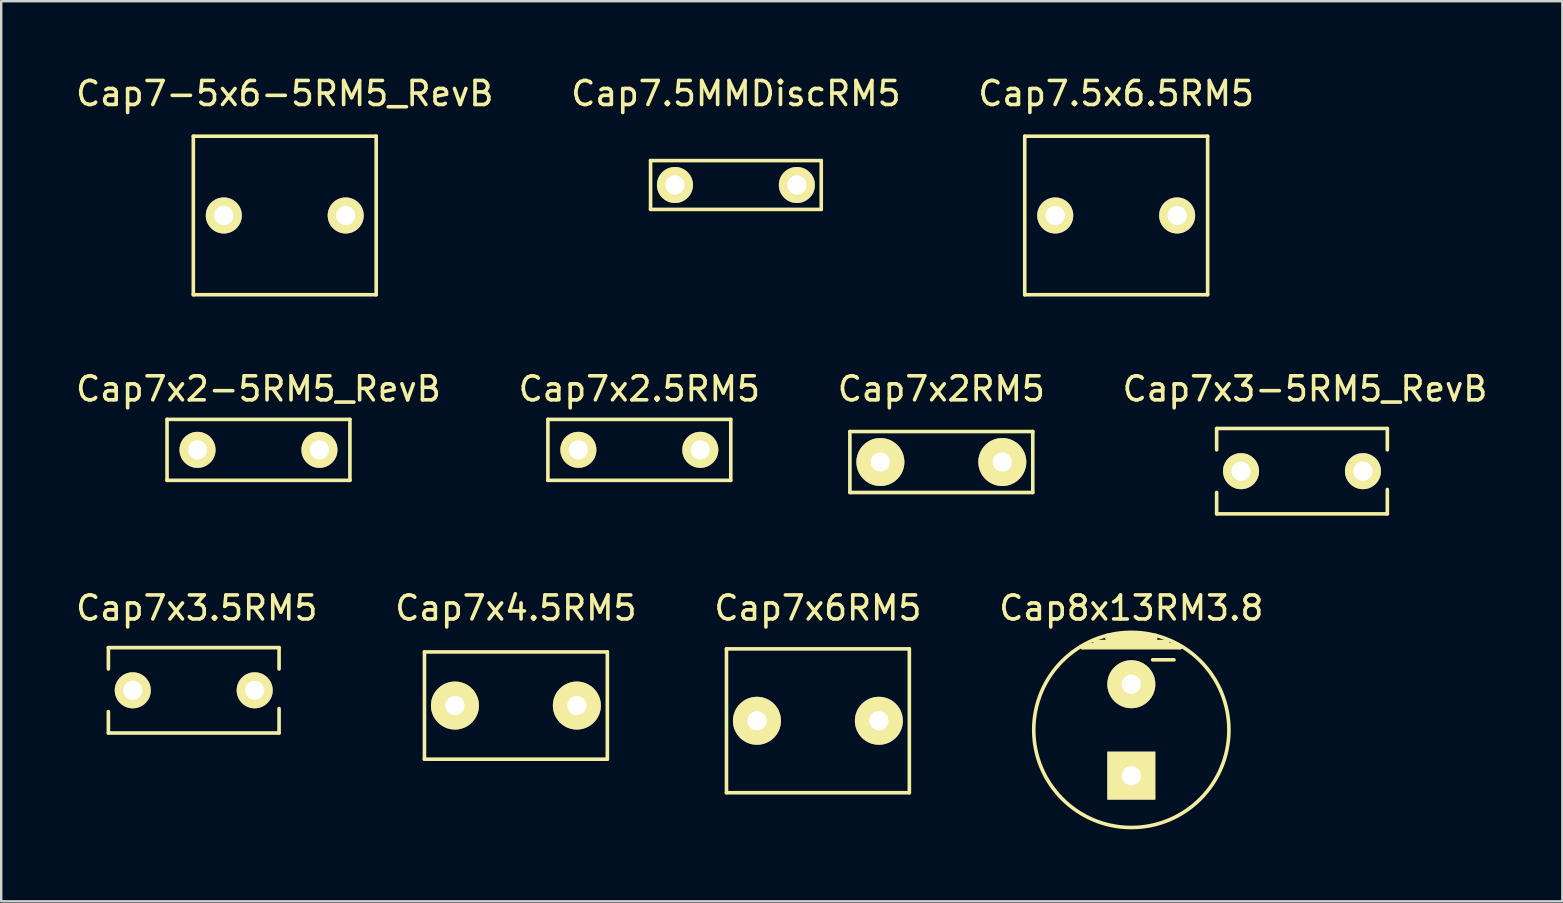
<source format=kicad_pcb>
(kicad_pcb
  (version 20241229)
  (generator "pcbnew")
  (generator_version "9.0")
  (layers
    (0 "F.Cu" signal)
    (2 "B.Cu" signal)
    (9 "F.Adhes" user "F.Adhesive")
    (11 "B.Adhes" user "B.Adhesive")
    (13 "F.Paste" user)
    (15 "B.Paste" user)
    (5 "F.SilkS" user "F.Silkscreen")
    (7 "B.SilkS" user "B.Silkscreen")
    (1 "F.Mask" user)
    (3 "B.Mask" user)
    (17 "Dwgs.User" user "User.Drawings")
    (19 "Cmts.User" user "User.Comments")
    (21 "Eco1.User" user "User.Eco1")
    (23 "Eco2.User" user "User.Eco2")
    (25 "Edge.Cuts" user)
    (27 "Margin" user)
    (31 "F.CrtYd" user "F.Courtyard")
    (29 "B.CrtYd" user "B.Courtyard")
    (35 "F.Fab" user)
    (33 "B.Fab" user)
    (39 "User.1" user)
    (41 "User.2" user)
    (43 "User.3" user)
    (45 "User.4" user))
  (footprint "Cap7x2-5RM5_RevB"
    (layer "F.Cu")
    (at 7.72 15.694)
    (property "Reference" "Cap7x2-5RM5_RevB" (at 0 -2.54 0) (layer "F.SilkS") (effects (font (size 1 1) (thickness 0.15))))
    (attr through_hole)
    (fp_line (start -3.81 -1.27) (end -3.81 1.27) (stroke (width 0.15) (type solid)) (layer "F.SilkS"))
    (fp_line (start -3.81 1.27) (end 3.81 1.27) (stroke (width 0.15) (type solid)) (layer "F.SilkS"))
    (fp_line (start 3.81 -1.27) (end -3.81 -1.27) (stroke (width 0.15) (type solid)) (layer "F.SilkS"))
    (fp_line (start 3.81 1.27) (end 3.81 -1.27) (stroke (width 0.15) (type solid)) (layer "F.SilkS"))
    (pad "1" thru_hole circle (at -2.54 0) (size 1.501 1.501) (drill 0.8) (layers "*.Cu" "*.Mask" "F.SilkS"))
    (pad "2" thru_hole circle (at 2.54 0) (size 1.501 1.501) (drill 0.8) (layers "*.Cu" "*.Mask" "F.SilkS")))
  (footprint "Cap7.5MMDiscRM5"
    (layer "F.Cu")
    (at 27.613 4.658)
    (property "Reference" "Cap7.5MMDiscRM5" (at 0 -3.81 0) (layer "F.SilkS") (effects (font (size 1 1) (thickness 0.15))))
    (attr through_hole)
    (fp_line (start -3.556 -1.016) (end -3.556 1.016) (stroke (width 0.15) (type solid)) (layer "F.SilkS"))
    (fp_line (start -3.556 1.016) (end 3.556 1.016) (stroke (width 0.15) (type solid)) (layer "F.SilkS"))
    (fp_line (start 3.556 -1.016) (end -3.556 -1.016) (stroke (width 0.15) (type solid)) (layer "F.SilkS"))
    (fp_line (start 3.556 1.016) (end 3.556 -1.016) (stroke (width 0.15) (type solid)) (layer "F.SilkS"))
    (pad "1" thru_hole circle (at -2.54 0) (size 1.501 1.501) (drill 0.8) (layers "*.Cu" "*.Mask" "F.SilkS"))
    (pad "2" thru_hole circle (at 2.54 0) (size 1.501 1.501) (drill 0.8) (layers "*.Cu" "*.Mask" "F.SilkS")))
  (footprint "Cap7x2.5RM5"
    (layer "F.Cu")
    (at 21.049 15.694)
    (property "Reference" "Cap7x2.5RM5" (at 2.54 -2.54 0) (layer "F.SilkS") (effects (font (size 1 1) (thickness 0.15))))
    (attr through_hole)
    (fp_line (start -1.27 -1.27) (end -1.27 1.27) (stroke (width 0.15) (type solid)) (layer "F.SilkS"))
    (fp_line (start -1.27 1.27) (end 6.35 1.27) (stroke (width 0.15) (type solid)) (layer "F.SilkS"))
    (fp_line (start 6.35 -1.27) (end -1.27 -1.27) (stroke (width 0.15) (type solid)) (layer "F.SilkS"))
    (fp_line (start 6.35 1.27) (end 6.35 -1.27) (stroke (width 0.15) (type solid)) (layer "F.SilkS"))
    (pad "1" thru_hole circle (at 0 0) (size 1.501 1.501) (drill 0.8) (layers "*.Cu" "*.Mask" "F.SilkS"))
    (pad "2" thru_hole circle (at 5.08 0) (size 1.501 1.501) (drill 0.8) (layers "*.Cu" "*.Mask" "F.SilkS")))
  (footprint "Cap7.5x6.5RM5"
    (layer "F.Cu")
    (at 40.918 5.928)
    (property "Reference" "Cap7.5x6.5RM5" (at 2.54 -5.08 0) (layer "F.SilkS") (effects (font (size 1 1) (thickness 0.15))))
    (attr through_hole)
    (fp_line (start -1.27 -3.302) (end -1.27 3.302) (stroke (width 0.15) (type solid)) (layer "F.SilkS"))
    (fp_line (start -1.27 3.302) (end 6.35 3.302) (stroke (width 0.15) (type solid)) (layer "F.SilkS"))
    (fp_line (start 6.35 -3.302) (end -1.27 -3.302) (stroke (width 0.15) (type solid)) (layer "F.SilkS"))
    (fp_line (start 6.35 3.302) (end 6.35 -3.302) (stroke (width 0.15) (type solid)) (layer "F.SilkS"))
    (pad "1" thru_hole circle (at 0 0) (size 1.501 1.501) (drill 0.8) (layers "*.Cu" "*.Mask" "F.SilkS"))
    (pad "2" thru_hole circle (at 5.08 0) (size 1.501 1.501) (drill 0.8) (layers "*.Cu" "*.Mask" "F.SilkS")))
  (footprint "Cap7x3-5RM5_RevB"
    (layer "F.Cu")
    (at 51.2 16.582)
    (property "Reference" "Cap7x3-5RM5_RevB" (at 0.127 -3.429 0) (layer "F.SilkS") (effects (font (size 1 1) (thickness 0.15))))
    (attr through_hole)
    (fp_line (start -3.556 -1.778) (end -3.556 -0.889) (stroke (width 0.15) (type solid)) (layer "F.SilkS"))
    (fp_line (start -3.556 1.778) (end -3.556 0.889) (stroke (width 0.15) (type solid)) (layer "F.SilkS"))
    (fp_line (start -3.556 1.778) (end 3.556 1.778) (stroke (width 0.15) (type solid)) (layer "F.SilkS"))
    (fp_line (start 3.556 -1.778) (end -3.556 -1.778) (stroke (width 0.15) (type solid)) (layer "F.SilkS"))
    (fp_line (start 3.556 -1.778) (end 3.556 -0.889) (stroke (width 0.15) (type solid)) (layer "F.SilkS"))
    (fp_line (start 3.556 1.778) (end 3.556 0.762) (stroke (width 0.15) (type solid)) (layer "F.SilkS"))
    (pad "1" thru_hole circle (at -2.54 0) (size 1.501 1.501) (drill 0.8) (layers "*.Cu" "*.Mask" "F.SilkS"))
    (pad "2" thru_hole circle (at 2.54 0) (size 1.501 1.501) (drill 0.8) (layers "*.Cu" "*.Mask" "F.SilkS")))
  (footprint "Cap7x2RM5"
    (layer "F.Cu")
    (at 36.173 16.201)
    (property "Reference" "Cap7x2RM5" (at 0 -3.048 0) (layer "F.SilkS") (effects (font (size 1 1) (thickness 0.15))))
    (attr through_hole)
    (fp_line (start -3.81 -1.27) (end 3.81 -1.27) (stroke (width 0.15) (type solid)) (layer "F.SilkS"))
    (fp_line (start -3.81 1.27) (end -3.81 -1.27) (stroke (width 0.15) (type solid)) (layer "F.SilkS"))
    (fp_line (start 3.81 -1.27) (end 3.81 1.27) (stroke (width 0.15) (type solid)) (layer "F.SilkS"))
    (fp_line (start 3.81 1.27) (end -3.81 1.27) (stroke (width 0.15) (type solid)) (layer "F.SilkS"))
    (pad "1" thru_hole circle (at -2.54 0) (size 1.999 1.999) (drill 0.8) (layers "*.Cu" "*.Mask" "F.SilkS"))
    (pad "2" thru_hole circle (at 2.54 0) (size 1.999 1.999) (drill 0.8) (layers "*.Cu" "*.Mask" "F.SilkS")))
  (footprint "Cap7x3.5RM5"
    (layer "F.Cu")
    (at 2.482 25.713)
    (property "Reference" "Cap7x3.5RM5" (at 2.667 -3.429 0) (layer "F.SilkS") (effects (font (size 1 1) (thickness 0.15))))
    (attr through_hole)
    (fp_line (start -1.016 -1.778) (end -1.016 -0.889) (stroke (width 0.15) (type solid)) (layer "F.SilkS"))
    (fp_line (start -1.016 1.778) (end -1.016 0.889) (stroke (width 0.15) (type solid)) (layer "F.SilkS"))
    (fp_line (start -1.016 1.778) (end 6.096 1.778) (stroke (width 0.15) (type solid)) (layer "F.SilkS"))
    (fp_line (start 6.096 -1.778) (end -1.016 -1.778) (stroke (width 0.15) (type solid)) (layer "F.SilkS"))
    (fp_line (start 6.096 -1.778) (end 6.096 -0.889) (stroke (width 0.15) (type solid)) (layer "F.SilkS"))
    (fp_line (start 6.096 1.778) (end 6.096 0.762) (stroke (width 0.15) (type solid)) (layer "F.SilkS"))
    (pad "1" thru_hole circle (at 0 0) (size 1.501 1.501) (drill 0.8) (layers "*.Cu" "*.Mask" "F.SilkS"))
    (pad "2" thru_hole circle (at 5.08 0) (size 1.501 1.501) (drill 0.8) (layers "*.Cu" "*.Mask" "F.SilkS")))
  (footprint "Cap7x4.5RM5"
    (layer "F.Cu")
    (at 18.446 26.348)
    (property "Reference" "Cap7x4.5RM5" (at 0 -4.064 0) (layer "F.SilkS") (effects (font (size 1 1) (thickness 0.15))))
    (attr through_hole)
    (fp_line (start -3.81 -2.235) (end 3.81 -2.235) (stroke (width 0.15) (type solid)) (layer "F.SilkS"))
    (fp_line (start -3.81 2.235) (end -3.81 -2.235) (stroke (width 0.15) (type solid)) (layer "F.SilkS"))
    (fp_line (start 3.81 2.235) (end -3.81 2.235) (stroke (width 0.15) (type solid)) (layer "F.SilkS"))
    (fp_line (start 3.81 2.235) (end 3.81 -2.235) (stroke (width 0.15) (type solid)) (layer "F.SilkS"))
    (pad "1" thru_hole circle (at -2.54 0) (size 1.999 1.999) (drill 0.8) (layers "*.Cu" "*.Mask" "F.SilkS"))
    (pad "2" thru_hole circle (at 2.54 0) (size 1.999 1.999) (drill 0.8) (layers "*.Cu" "*.Mask" "F.SilkS")))
  (footprint "Cap8x13RM3.8"
    (layer "F.Cu")
    (at 44.089 27.364)
    (property "Reference" "Cap8x13RM3.8" (at 0 -5.08 0) (layer "F.SilkS") (effects (font (size 1 1) (thickness 0.15))))
    (attr through_hole)
    (fp_line (start -2.032 -3.429) (end -1.651 -3.556) (stroke (width 0.15) (type solid)) (layer "F.SilkS"))
    (fp_line (start -1.651 -3.556) (end 1.651 -3.556) (stroke (width 0.15) (type solid)) (layer "F.SilkS"))
    (fp_line (start -1.524 -3.683) (end 1.524 -3.683) (stroke (width 0.15) (type solid)) (layer "F.SilkS"))
    (fp_line (start -1.016 -3.81) (end 1.016 -3.81) (stroke (width 0.15) (type solid)) (layer "F.SilkS"))
    (fp_line (start 0.889 -2.921) (end 1.778 -2.921) (stroke (width 0.15) (type solid)) (layer "F.SilkS"))
    (fp_line (start 1.016 -3.937) (end -1.016 -3.937) (stroke (width 0.15) (type solid)) (layer "F.SilkS"))
    (fp_line (start 1.651 -3.556) (end 2.032 -3.429) (stroke (width 0.15) (type solid)) (layer "F.SilkS"))
    (fp_line (start 2.032 -3.429) (end -2.032 -3.429) (stroke (width 0.15) (type solid)) (layer "F.SilkS"))
    (fp_circle (center 0 0) (end -4.064 0.127) (stroke (width 0.15) (type solid)) (fill no) (layer "F.SilkS"))
    (pad "1" thru_hole rect (at 0 1.905) (size 1.999 1.999) (drill 0.8) (layers "*.Cu" "*.Mask" "F.SilkS"))
    (pad "2" thru_hole circle (at 0 -1.905) (size 1.999 1.999) (drill 0.8) (layers "*.Cu" "*.Mask" "F.SilkS")))
  (footprint "Cap7-5x6-5RM5_RevB"
    (layer "F.Cu")
    (at 8.815 5.928)
    (property "Reference" "Cap7-5x6-5RM5_RevB" (at 0 -5.08 0) (layer "F.SilkS") (effects (font (size 1 1) (thickness 0.15))))
    (attr through_hole)
    (fp_line (start -3.81 -3.302) (end -3.81 3.302) (stroke (width 0.15) (type solid)) (layer "F.SilkS"))
    (fp_line (start -3.81 3.302) (end 3.81 3.302) (stroke (width 0.15) (type solid)) (layer "F.SilkS"))
    (fp_line (start 3.81 -3.302) (end -3.81 -3.302) (stroke (width 0.15) (type solid)) (layer "F.SilkS"))
    (fp_line (start 3.81 3.302) (end 3.81 -3.302) (stroke (width 0.15) (type solid)) (layer "F.SilkS"))
    (pad "1" thru_hole circle (at -2.54 0) (size 1.501 1.501) (drill 0.8) (layers "*.Cu" "*.Mask" "F.SilkS"))
    (pad "2" thru_hole circle (at 2.54 0) (size 1.501 1.501) (drill 0.8) (layers "*.Cu" "*.Mask" "F.SilkS")))
  (footprint "Cap7x6RM5"
    (layer "F.Cu")
    (at 31.03 26.983)
    (property "Reference" "Cap7x6RM5" (at 0 -4.699 0) (layer "F.SilkS") (effects (font (size 1 1) (thickness 0.15))))
    (attr through_hole)
    (fp_line (start -3.81 -2.997) (end 3.81 -2.997) (stroke (width 0.15) (type solid)) (layer "F.SilkS"))
    (fp_line (start -3.81 2.997) (end -3.81 -2.997) (stroke (width 0.15) (type solid)) (layer "F.SilkS"))
    (fp_line (start 3.81 -2.997) (end 3.81 2.997) (stroke (width 0.15) (type solid)) (layer "F.SilkS"))
    (fp_line (start 3.81 2.997) (end -3.81 2.997) (stroke (width 0.15) (type solid)) (layer "F.SilkS"))
    (pad "1" thru_hole circle (at -2.54 0) (size 1.999 1.999) (drill 0.8) (layers "*.Cu" "*.Mask" "F.SilkS"))
    (pad "2" thru_hole circle (at 2.54 0) (size 1.999 1.999) (drill 0.8) (layers "*.Cu" "*.Mask" "F.SilkS")))
  (gr_rect
    (start -3 -3)
    (end 62.048 34.505)
    (stroke (width 0.1) (type default))
    (fill no)
    (layer "Edge.Cuts")))
</source>
